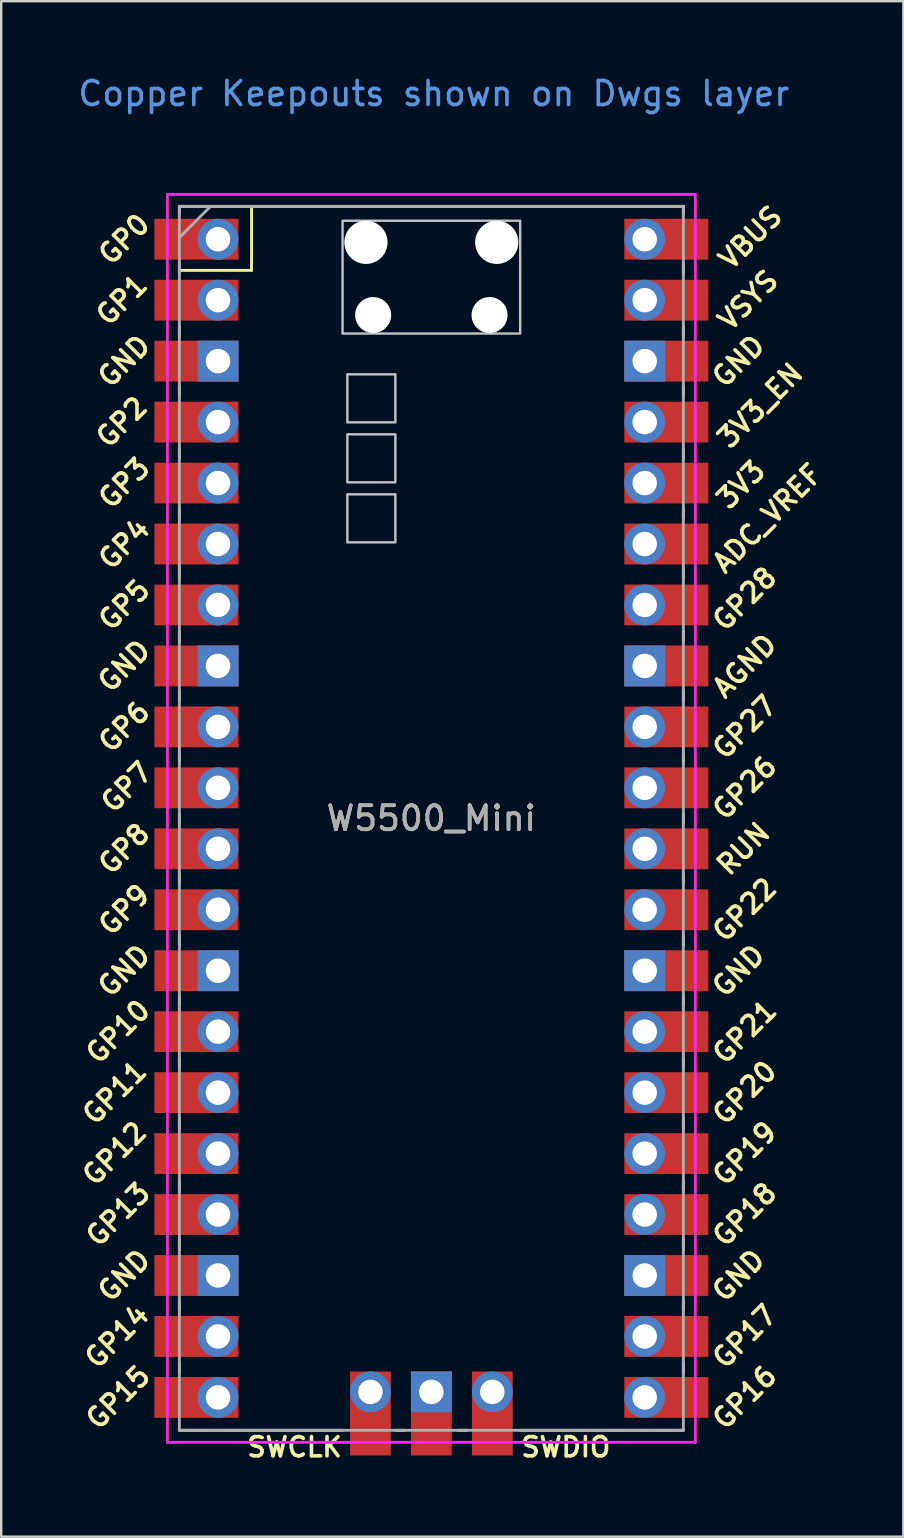
<source format=kicad_pcb>
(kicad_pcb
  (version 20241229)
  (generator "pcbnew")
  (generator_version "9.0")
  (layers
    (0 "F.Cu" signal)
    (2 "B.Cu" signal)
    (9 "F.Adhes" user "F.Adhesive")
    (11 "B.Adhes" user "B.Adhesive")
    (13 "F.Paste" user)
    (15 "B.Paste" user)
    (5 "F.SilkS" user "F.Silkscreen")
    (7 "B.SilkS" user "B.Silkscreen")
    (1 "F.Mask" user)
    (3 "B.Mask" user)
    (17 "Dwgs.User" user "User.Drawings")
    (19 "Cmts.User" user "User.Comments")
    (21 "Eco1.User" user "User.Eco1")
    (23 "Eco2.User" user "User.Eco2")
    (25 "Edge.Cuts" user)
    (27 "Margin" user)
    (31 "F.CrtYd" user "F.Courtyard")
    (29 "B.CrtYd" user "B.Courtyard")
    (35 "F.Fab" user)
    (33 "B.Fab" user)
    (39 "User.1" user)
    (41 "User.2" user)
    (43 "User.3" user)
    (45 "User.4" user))
  (footprint "W5500_Mini"
    (layer "F.Cu")
    (at 14.924 31.048)
    (property "Reference" "W5500_Mini" (at 0 0 0) (layer "F.SilkS") (effects (font (size 1 1) (thickness 0.15))))
    (attr through_hole)
    (fp_line (start -10.5 -25.5) (end -10.5 -25.2) (stroke (width 0.12) (type solid)) (layer "F.SilkS"))
    (fp_line (start -10.5 -25.5) (end 10.5 -25.5) (stroke (width 0.12) (type solid)) (layer "F.SilkS"))
    (fp_line (start -10.5 -23.1) (end -10.5 -22.7) (stroke (width 0.12) (type solid)) (layer "F.SilkS"))
    (fp_line (start -10.5 -22.833) (end -7.493 -22.833) (stroke (width 0.12) (type solid)) (layer "F.SilkS"))
    (fp_line (start -10.5 -20.5) (end -10.5 -20.1) (stroke (width 0.12) (type solid)) (layer "F.SilkS"))
    (fp_line (start -10.5 -18) (end -10.5 -17.6) (stroke (width 0.12) (type solid)) (layer "F.SilkS"))
    (fp_line (start -10.5 -15.4) (end -10.5 -15) (stroke (width 0.12) (type solid)) (layer "F.SilkS"))
    (fp_line (start -10.5 -12.9) (end -10.5 -12.5) (stroke (width 0.12) (type solid)) (layer "F.SilkS"))
    (fp_line (start -10.5 -10.4) (end -10.5 -10) (stroke (width 0.12) (type solid)) (layer "F.SilkS"))
    (fp_line (start -10.5 -7.8) (end -10.5 -7.4) (stroke (width 0.12) (type solid)) (layer "F.SilkS"))
    (fp_line (start -10.5 -5.3) (end -10.5 -4.9) (stroke (width 0.12) (type solid)) (layer "F.SilkS"))
    (fp_line (start -10.5 -2.7) (end -10.5 -2.3) (stroke (width 0.12) (type solid)) (layer "F.SilkS"))
    (fp_line (start -10.5 -0.2) (end -10.5 0.2) (stroke (width 0.12) (type solid)) (layer "F.SilkS"))
    (fp_line (start -10.5 2.3) (end -10.5 2.7) (stroke (width 0.12) (type solid)) (layer "F.SilkS"))
    (fp_line (start -10.5 4.9) (end -10.5 5.3) (stroke (width 0.12) (type solid)) (layer "F.SilkS"))
    (fp_line (start -10.5 7.4) (end -10.5 7.8) (stroke (width 0.12) (type solid)) (layer "F.SilkS"))
    (fp_line (start -10.5 10) (end -10.5 10.4) (stroke (width 0.12) (type solid)) (layer "F.SilkS"))
    (fp_line (start -10.5 12.5) (end -10.5 12.9) (stroke (width 0.12) (type solid)) (layer "F.SilkS"))
    (fp_line (start -10.5 15.1) (end -10.5 15.5) (stroke (width 0.12) (type solid)) (layer "F.SilkS"))
    (fp_line (start -10.5 17.6) (end -10.5 18) (stroke (width 0.12) (type solid)) (layer "F.SilkS"))
    (fp_line (start -10.5 20.1) (end -10.5 20.5) (stroke (width 0.12) (type solid)) (layer "F.SilkS"))
    (fp_line (start -10.5 22.7) (end -10.5 23.1) (stroke (width 0.12) (type solid)) (layer "F.SilkS"))
    (fp_line (start -7.493 -22.833) (end -7.493 -25.5) (stroke (width 0.12) (type solid)) (layer "F.SilkS"))
    (fp_line (start -3.7 25.5) (end -10.5 25.5) (stroke (width 0.12) (type solid)) (layer "F.SilkS"))
    (fp_line (start -1.5 25.5) (end -1.1 25.5) (stroke (width 0.12) (type solid)) (layer "F.SilkS"))
    (fp_line (start 1.1 25.5) (end 1.5 25.5) (stroke (width 0.12) (type solid)) (layer "F.SilkS"))
    (fp_line (start 10.5 -25.5) (end 10.5 -25.2) (stroke (width 0.12) (type solid)) (layer "F.SilkS"))
    (fp_line (start 10.5 -23.1) (end 10.5 -22.7) (stroke (width 0.12) (type solid)) (layer "F.SilkS"))
    (fp_line (start 10.5 -20.5) (end 10.5 -20.1) (stroke (width 0.12) (type solid)) (layer "F.SilkS"))
    (fp_line (start 10.5 -18) (end 10.5 -17.6) (stroke (width 0.12) (type solid)) (layer "F.SilkS"))
    (fp_line (start 10.5 -15.4) (end 10.5 -15) (stroke (width 0.12) (type solid)) (layer "F.SilkS"))
    (fp_line (start 10.5 -12.9) (end 10.5 -12.5) (stroke (width 0.12) (type solid)) (layer "F.SilkS"))
    (fp_line (start 10.5 -10.4) (end 10.5 -10) (stroke (width 0.12) (type solid)) (layer "F.SilkS"))
    (fp_line (start 10.5 -7.8) (end 10.5 -7.4) (stroke (width 0.12) (type solid)) (layer "F.SilkS"))
    (fp_line (start 10.5 -5.3) (end 10.5 -4.9) (stroke (width 0.12) (type solid)) (layer "F.SilkS"))
    (fp_line (start 10.5 -2.7) (end 10.5 -2.3) (stroke (width 0.12) (type solid)) (layer "F.SilkS"))
    (fp_line (start 10.5 -0.2) (end 10.5 0.2) (stroke (width 0.12) (type solid)) (layer "F.SilkS"))
    (fp_line (start 10.5 2.3) (end 10.5 2.7) (stroke (width 0.12) (type solid)) (layer "F.SilkS"))
    (fp_line (start 10.5 4.9) (end 10.5 5.3) (stroke (width 0.12) (type solid)) (layer "F.SilkS"))
    (fp_line (start 10.5 7.4) (end 10.5 7.8) (stroke (width 0.12) (type solid)) (layer "F.SilkS"))
    (fp_line (start 10.5 10) (end 10.5 10.4) (stroke (width 0.12) (type solid)) (layer "F.SilkS"))
    (fp_line (start 10.5 12.5) (end 10.5 12.9) (stroke (width 0.12) (type solid)) (layer "F.SilkS"))
    (fp_line (start 10.5 15.1) (end 10.5 15.5) (stroke (width 0.12) (type solid)) (layer "F.SilkS"))
    (fp_line (start 10.5 17.6) (end 10.5 18) (stroke (width 0.12) (type solid)) (layer "F.SilkS"))
    (fp_line (start 10.5 20.1) (end 10.5 20.5) (stroke (width 0.12) (type solid)) (layer "F.SilkS"))
    (fp_line (start 10.5 22.7) (end 10.5 23.1) (stroke (width 0.12) (type solid)) (layer "F.SilkS"))
    (fp_line (start 10.5 25.5) (end 3.7 25.5) (stroke (width 0.12) (type solid)) (layer "F.SilkS"))
    (fp_poly (pts (xy -1.5 -16.5) (xy -3.5 -16.5) (xy -3.5 -18.5) (xy -1.5 -18.5)) (stroke (width 0.1) (type solid)) (fill no) (layer "Dwgs.User"))
    (fp_poly (pts (xy -1.5 -14) (xy -3.5 -14) (xy -3.5 -16) (xy -1.5 -16)) (stroke (width 0.1) (type solid)) (fill no) (layer "Dwgs.User"))
    (fp_poly (pts (xy -1.5 -11.5) (xy -3.5 -11.5) (xy -3.5 -13.5) (xy -1.5 -13.5)) (stroke (width 0.1) (type solid)) (fill no) (layer "Dwgs.User"))
    (fp_poly (pts (xy 3.7 -20.2) (xy -3.7 -20.2) (xy -3.7 -24.9) (xy 3.7 -24.9)) (stroke (width 0.1) (type solid)) (fill no) (layer "Dwgs.User"))
    (fp_line (start -11 -26) (end 11 -26) (stroke (width 0.12) (type solid)) (layer "F.CrtYd"))
    (fp_line (start -11 26) (end -11 -26) (stroke (width 0.12) (type solid)) (layer "F.CrtYd"))
    (fp_line (start 11 -26) (end 11 26) (stroke (width 0.12) (type solid)) (layer "F.CrtYd"))
    (fp_line (start 11 26) (end -11 26) (stroke (width 0.12) (type solid)) (layer "F.CrtYd"))
    (fp_line (start -10.5 -25.5) (end 10.5 -25.5) (stroke (width 0.12) (type solid)) (layer "F.Fab"))
    (fp_line (start -10.5 -24.2) (end -9.2 -25.5) (stroke (width 0.12) (type solid)) (layer "F.Fab"))
    (fp_line (start -10.5 25.5) (end -10.5 -25.5) (stroke (width 0.12) (type solid)) (layer "F.Fab"))
    (fp_line (start 10.5 -25.5) (end 10.5 25.5) (stroke (width 0.12) (type solid)) (layer "F.Fab"))
    (fp_line (start 10.5 25.5) (end -10.5 25.5) (stroke (width 0.12) (type solid)) (layer "F.Fab"))
    (fp_text user "GND" (at -12.8 19.05 45) (layer "F.SilkS") (effects (font (size 0.8 0.8) (thickness 0.15))))
    (fp_text user "GP0" (at -12.8 -24.13 45) (layer "F.SilkS") (effects (font (size 0.8 0.8) (thickness 0.15))))
    (fp_text user "GND" (at -12.8 -6.35 45) (layer "F.SilkS") (effects (font (size 0.8 0.8) (thickness 0.15))))
    (fp_text user "VSYS" (at 13.2 -21.59 45) (layer "F.SilkS") (effects (font (size 0.8 0.8) (thickness 0.15))))
    (fp_text user "GP12" (at -13.2 13.97 45) (layer "F.SilkS") (effects (font (size 0.8 0.8) (thickness 0.15))))
    (fp_text user "GP18" (at 13.054 16.51 45) (layer "F.SilkS") (effects (font (size 0.8 0.8) (thickness 0.15))))
    (fp_text user "GP26" (at 13.054 -1.27 45) (layer "F.SilkS") (effects (font (size 0.8 0.8) (thickness 0.15))))
    (fp_text user "GND" (at 12.8 -19.05 45) (layer "F.SilkS") (effects (font (size 0.8 0.8) (thickness 0.15))))
    (fp_text user "GP7" (at -12.7 -1.3 45) (layer "F.SilkS") (effects (font (size 0.8 0.8) (thickness 0.15))))
    (fp_text user "VBUS" (at 13.3 -24.2 45) (layer "F.SilkS") (effects (font (size 0.8 0.8) (thickness 0.15))))
    (fp_text user "RUN" (at 13 1.27 45) (layer "F.SilkS") (effects (font (size 0.8 0.8) (thickness 0.15))))
    (fp_text user "GP8" (at -12.8 1.27 45) (layer "F.SilkS") (effects (font (size 0.8 0.8) (thickness 0.15))))
    (fp_text user "SWDIO" (at 5.6 26.2 0) (layer "F.SilkS") (effects (font (size 0.8 0.8) (thickness 0.15))))
    (fp_text user "GND" (at 12.8 19.05 45) (layer "F.SilkS") (effects (font (size 0.8 0.8) (thickness 0.15))))
    (fp_text user "GP6" (at -12.8 -3.81 45) (layer "F.SilkS") (effects (font (size 0.8 0.8) (thickness 0.15))))
    (fp_text user "3V3_EN" (at 13.7 -17.2 45) (layer "F.SilkS") (effects (font (size 0.8 0.8) (thickness 0.15))))
    (fp_text user "GND" (at 12.8 6.35 45) (layer "F.SilkS") (effects (font (size 0.8 0.8) (thickness 0.15))))
    (fp_text user "GP4" (at -12.8 -11.43 45) (layer "F.SilkS") (effects (font (size 0.8 0.8) (thickness 0.15))))
    (fp_text user "AGND" (at 13.054 -6.35 45) (layer "F.SilkS") (effects (font (size 0.8 0.8) (thickness 0.15))))
    (fp_text user "GP20" (at 13.054 11.43 45) (layer "F.SilkS") (effects (font (size 0.8 0.8) (thickness 0.15))))
    (fp_text user "GP28" (at 13.054 -9.144 45) (layer "F.SilkS") (effects (font (size 0.8 0.8) (thickness 0.15))))
    (fp_text user "GP14" (at -13.1 21.59 45) (layer "F.SilkS") (effects (font (size 0.8 0.8) (thickness 0.15))))
    (fp_text user "GP9" (at -12.8 3.81 45) (layer "F.SilkS") (effects (font (size 0.8 0.8) (thickness 0.15))))
    (fp_text user "GP19" (at 13.054 13.97 45) (layer "F.SilkS") (effects (font (size 0.8 0.8) (thickness 0.15))))
    (fp_text user "GP2" (at -12.9 -16.51 45) (layer "F.SilkS") (effects (font (size 0.8 0.8) (thickness 0.15))))
    (fp_text user "3V3" (at 12.9 -13.9 45) (layer "F.SilkS") (effects (font (size 0.8 0.8) (thickness 0.15))))
    (fp_text user "GP1" (at -12.9 -21.6 45) (layer "F.SilkS") (effects (font (size 0.8 0.8) (thickness 0.15))))
    (fp_text user "GP16" (at 13.054 24.13 45) (layer "F.SilkS") (effects (font (size 0.8 0.8) (thickness 0.15))))
    (fp_text user "GP5" (at -12.8 -8.89 45) (layer "F.SilkS") (effects (font (size 0.8 0.8) (thickness 0.15))))
    (fp_text user "GP13" (at -13.054 16.51 45) (layer "F.SilkS") (effects (font (size 0.8 0.8) (thickness 0.15))))
    (fp_text user "GND" (at -12.8 6.35 45) (layer "F.SilkS") (effects (font (size 0.8 0.8) (thickness 0.15))))
    (fp_text user "GP10" (at -13.054 8.89 45) (layer "F.SilkS") (effects (font (size 0.8 0.8) (thickness 0.15))))
    (fp_text user "ADC_VREF" (at 14 -12.5 45) (layer "F.SilkS") (effects (font (size 0.8 0.8) (thickness 0.15))))
    (fp_text user "GP15" (at -13.054 24.13 45) (layer "F.SilkS") (effects (font (size 0.8 0.8) (thickness 0.15))))
    (fp_text user "GP17" (at 13.054 21.59 45) (layer "F.SilkS") (effects (font (size 0.8 0.8) (thickness 0.15))))
    (fp_text user "SWCLK" (at -5.7 26.2 0) (layer "F.SilkS") (effects (font (size 0.8 0.8) (thickness 0.15))))
    (fp_text user "GP11" (at -13.2 11.43 45) (layer "F.SilkS") (effects (font (size 0.8 0.8) (thickness 0.15))))
    (fp_text user "GP3" (at -12.8 -13.97 45) (layer "F.SilkS") (effects (font (size 0.8 0.8) (thickness 0.15))))
    (fp_text user "GND" (at -12.8 -19.05 45) (layer "F.SilkS") (effects (font (size 0.8 0.8) (thickness 0.15))))
    (fp_text user "GP22" (at 13.054 3.81 45) (layer "F.SilkS") (effects (font (size 0.8 0.8) (thickness 0.15))))
    (fp_text user "GP21" (at 13.054 8.9 45) (layer "F.SilkS") (effects (font (size 0.8 0.8) (thickness 0.15))))
    (fp_text user "GP27" (at 13.054 -3.8 45) (layer "F.SilkS") (effects (font (size 0.8 0.8) (thickness 0.15))))
    (fp_text user "Copper Keepouts shown on Dwgs layer" (at 0.1 -30.2 0) (layer "Cmts.User") (effects (font (size 1 1) (thickness 0.15))))
    (fp_text user "${REFERENCE}" (at 0 0 180) (layer "F.Fab") (effects (font (size 1 1) (thickness 0.15))))
    (pad "" np_thru_hole oval (at -2.725 -24) (size 1.8 1.8) (drill 1.8) (layers "*.Cu" "*.Mask"))
    (pad "" np_thru_hole oval (at -2.425 -20.97) (size 1.5 1.5) (drill 1.5) (layers "*.Cu" "*.Mask"))
    (pad "" np_thru_hole oval (at 2.425 -20.97) (size 1.5 1.5) (drill 1.5) (layers "*.Cu" "*.Mask"))
    (pad "" np_thru_hole oval (at 2.725 -24) (size 1.8 1.8) (drill 1.8) (layers "*.Cu" "*.Mask"))
    (pad "1" thru_hole oval (at -8.89 -24.13) (size 1.7 1.7) (drill 1.02) (layers "*.Cu" "*.Mask"))
    (pad "1" smd rect (at -8.89 -24.13) (size 3.5 1.7) (drill (offset -0.9 0)) (layers "F.Cu" "F.Mask"))
    (pad "2" thru_hole oval (at -8.89 -21.59) (size 1.7 1.7) (drill 1.02) (layers "*.Cu" "*.Mask"))
    (pad "2" smd rect (at -8.89 -21.59) (size 3.5 1.7) (drill (offset -0.9 0)) (layers "F.Cu" "F.Mask"))
    (pad "3" thru_hole rect (at -8.89 -19.05) (size 1.7 1.7) (drill 1.02) (layers "*.Cu" "*.Mask"))
    (pad "3" smd rect (at -8.89 -19.05) (size 3.5 1.7) (drill (offset -0.9 0)) (layers "F.Cu" "F.Mask"))
    (pad "4" thru_hole oval (at -8.89 -16.51) (size 1.7 1.7) (drill 1.02) (layers "*.Cu" "*.Mask"))
    (pad "4" smd rect (at -8.89 -16.51) (size 3.5 1.7) (drill (offset -0.9 0)) (layers "F.Cu" "F.Mask"))
    (pad "5" thru_hole oval (at -8.89 -13.97) (size 1.7 1.7) (drill 1.02) (layers "*.Cu" "*.Mask"))
    (pad "5" smd rect (at -8.89 -13.97) (size 3.5 1.7) (drill (offset -0.9 0)) (layers "F.Cu" "F.Mask"))
    (pad "6" thru_hole oval (at -8.89 -11.43) (size 1.7 1.7) (drill 1.02) (layers "*.Cu" "*.Mask"))
    (pad "6" smd rect (at -8.89 -11.43) (size 3.5 1.7) (drill (offset -0.9 0)) (layers "F.Cu" "F.Mask"))
    (pad "7" thru_hole oval (at -8.89 -8.89) (size 1.7 1.7) (drill 1.02) (layers "*.Cu" "*.Mask"))
    (pad "7" smd rect (at -8.89 -8.89) (size 3.5 1.7) (drill (offset -0.9 0)) (layers "F.Cu" "F.Mask"))
    (pad "8" thru_hole rect (at -8.89 -6.35) (size 1.7 1.7) (drill 1.02) (layers "*.Cu" "*.Mask"))
    (pad "8" smd rect (at -8.89 -6.35) (size 3.5 1.7) (drill (offset -0.9 0)) (layers "F.Cu" "F.Mask"))
    (pad "9" thru_hole oval (at -8.89 -3.81) (size 1.7 1.7) (drill 1.02) (layers "*.Cu" "*.Mask"))
    (pad "9" smd rect (at -8.89 -3.81) (size 3.5 1.7) (drill (offset -0.9 0)) (layers "F.Cu" "F.Mask"))
    (pad "10" thru_hole oval (at -8.89 -1.27) (size 1.7 1.7) (drill 1.02) (layers "*.Cu" "*.Mask"))
    (pad "10" smd rect (at -8.89 -1.27) (size 3.5 1.7) (drill (offset -0.9 0)) (layers "F.Cu" "F.Mask"))
    (pad "11" thru_hole oval (at -8.89 1.27) (size 1.7 1.7) (drill 1.02) (layers "*.Cu" "*.Mask"))
    (pad "11" smd rect (at -8.89 1.27) (size 3.5 1.7) (drill (offset -0.9 0)) (layers "F.Cu" "F.Mask"))
    (pad "12" thru_hole oval (at -8.89 3.81) (size 1.7 1.7) (drill 1.02) (layers "*.Cu" "*.Mask"))
    (pad "12" smd rect (at -8.89 3.81) (size 3.5 1.7) (drill (offset -0.9 0)) (layers "F.Cu" "F.Mask"))
    (pad "13" thru_hole rect (at -8.89 6.35) (size 1.7 1.7) (drill 1.02) (layers "*.Cu" "*.Mask"))
    (pad "13" smd rect (at -8.89 6.35) (size 3.5 1.7) (drill (offset -0.9 0)) (layers "F.Cu" "F.Mask"))
    (pad "14" thru_hole oval (at -8.89 8.89) (size 1.7 1.7) (drill 1.02) (layers "*.Cu" "*.Mask"))
    (pad "14" smd rect (at -8.89 8.89) (size 3.5 1.7) (drill (offset -0.9 0)) (layers "F.Cu" "F.Mask"))
    (pad "15" thru_hole oval (at -8.89 11.43) (size 1.7 1.7) (drill 1.02) (layers "*.Cu" "*.Mask"))
    (pad "15" smd rect (at -8.89 11.43) (size 3.5 1.7) (drill (offset -0.9 0)) (layers "F.Cu" "F.Mask"))
    (pad "16" thru_hole oval (at -8.89 13.97) (size 1.7 1.7) (drill 1.02) (layers "*.Cu" "*.Mask"))
    (pad "16" smd rect (at -8.89 13.97) (size 3.5 1.7) (drill (offset -0.9 0)) (layers "F.Cu" "F.Mask"))
    (pad "17" thru_hole oval (at -8.89 16.51) (size 1.7 1.7) (drill 1.02) (layers "*.Cu" "*.Mask"))
    (pad "17" smd rect (at -8.89 16.51) (size 3.5 1.7) (drill (offset -0.9 0)) (layers "F.Cu" "F.Mask"))
    (pad "18" thru_hole rect (at -8.89 19.05) (size 1.7 1.7) (drill 1.02) (layers "*.Cu" "*.Mask"))
    (pad "18" smd rect (at -8.89 19.05) (size 3.5 1.7) (drill (offset -0.9 0)) (layers "F.Cu" "F.Mask"))
    (pad "19" thru_hole oval (at -8.89 21.59) (size 1.7 1.7) (drill 1.02) (layers "*.Cu" "*.Mask"))
    (pad "19" smd rect (at -8.89 21.59) (size 3.5 1.7) (drill (offset -0.9 0)) (layers "F.Cu" "F.Mask"))
    (pad "20" thru_hole oval (at -8.89 24.13) (size 1.7 1.7) (drill 1.02) (layers "*.Cu" "*.Mask"))
    (pad "20" smd rect (at -8.89 24.13) (size 3.5 1.7) (drill (offset -0.9 0)) (layers "F.Cu" "F.Mask"))
    (pad "21" thru_hole oval (at 8.89 24.13) (size 1.7 1.7) (drill 1.02) (layers "*.Cu" "*.Mask"))
    (pad "21" smd rect (at 8.89 24.13) (size 3.5 1.7) (drill (offset 0.9 0)) (layers "F.Cu" "F.Mask"))
    (pad "22" thru_hole oval (at 8.89 21.59) (size 1.7 1.7) (drill 1.02) (layers "*.Cu" "*.Mask"))
    (pad "22" smd rect (at 8.89 21.59) (size 3.5 1.7) (drill (offset 0.9 0)) (layers "F.Cu" "F.Mask"))
    (pad "23" thru_hole rect (at 8.89 19.05) (size 1.7 1.7) (drill 1.02) (layers "*.Cu" "*.Mask"))
    (pad "23" smd rect (at 8.89 19.05) (size 3.5 1.7) (drill (offset 0.9 0)) (layers "F.Cu" "F.Mask"))
    (pad "24" thru_hole oval (at 8.89 16.51) (size 1.7 1.7) (drill 1.02) (layers "*.Cu" "*.Mask"))
    (pad "24" smd rect (at 8.89 16.51) (size 3.5 1.7) (drill (offset 0.9 0)) (layers "F.Cu" "F.Mask"))
    (pad "25" thru_hole oval (at 8.89 13.97) (size 1.7 1.7) (drill 1.02) (layers "*.Cu" "*.Mask"))
    (pad "25" smd rect (at 8.89 13.97) (size 3.5 1.7) (drill (offset 0.9 0)) (layers "F.Cu" "F.Mask"))
    (pad "26" thru_hole oval (at 8.89 11.43) (size 1.7 1.7) (drill 1.02) (layers "*.Cu" "*.Mask"))
    (pad "26" smd rect (at 8.89 11.43) (size 3.5 1.7) (drill (offset 0.9 0)) (layers "F.Cu" "F.Mask"))
    (pad "27" thru_hole oval (at 8.89 8.89) (size 1.7 1.7) (drill 1.02) (layers "*.Cu" "*.Mask"))
    (pad "27" smd rect (at 8.89 8.89) (size 3.5 1.7) (drill (offset 0.9 0)) (layers "F.Cu" "F.Mask"))
    (pad "28" thru_hole rect (at 8.89 6.35) (size 1.7 1.7) (drill 1.02) (layers "*.Cu" "*.Mask"))
    (pad "28" smd rect (at 8.89 6.35) (size 3.5 1.7) (drill (offset 0.9 0)) (layers "F.Cu" "F.Mask"))
    (pad "29" thru_hole oval (at 8.89 3.81) (size 1.7 1.7) (drill 1.02) (layers "*.Cu" "*.Mask"))
    (pad "29" smd rect (at 8.89 3.81) (size 3.5 1.7) (drill (offset 0.9 0)) (layers "F.Cu" "F.Mask"))
    (pad "30" thru_hole oval (at 8.89 1.27) (size 1.7 1.7) (drill 1.02) (layers "*.Cu" "*.Mask"))
    (pad "30" smd rect (at 8.89 1.27) (size 3.5 1.7) (drill (offset 0.9 0)) (layers "F.Cu" "F.Mask"))
    (pad "31" thru_hole oval (at 8.89 -1.27) (size 1.7 1.7) (drill 1.02) (layers "*.Cu" "*.Mask"))
    (pad "31" smd rect (at 8.89 -1.27) (size 3.5 1.7) (drill (offset 0.9 0)) (layers "F.Cu" "F.Mask"))
    (pad "32" thru_hole oval (at 8.89 -3.81) (size 1.7 1.7) (drill 1.02) (layers "*.Cu" "*.Mask"))
    (pad "32" smd rect (at 8.89 -3.81) (size 3.5 1.7) (drill (offset 0.9 0)) (layers "F.Cu" "F.Mask"))
    (pad "33" thru_hole rect (at 8.89 -6.35) (size 1.7 1.7) (drill 1.02) (layers "*.Cu" "*.Mask"))
    (pad "33" smd rect (at 8.89 -6.35) (size 3.5 1.7) (drill (offset 0.9 0)) (layers "F.Cu" "F.Mask"))
    (pad "34" thru_hole oval (at 8.89 -8.89) (size 1.7 1.7) (drill 1.02) (layers "*.Cu" "*.Mask"))
    (pad "34" smd rect (at 8.89 -8.89) (size 3.5 1.7) (drill (offset 0.9 0)) (layers "F.Cu" "F.Mask"))
    (pad "35" thru_hole oval (at 8.89 -11.43) (size 1.7 1.7) (drill 1.02) (layers "*.Cu" "*.Mask"))
    (pad "35" smd rect (at 8.89 -11.43) (size 3.5 1.7) (drill (offset 0.9 0)) (layers "F.Cu" "F.Mask"))
    (pad "36" thru_hole oval (at 8.89 -13.97) (size 1.7 1.7) (drill 1.02) (layers "*.Cu" "*.Mask"))
    (pad "36" smd rect (at 8.89 -13.97) (size 3.5 1.7) (drill (offset 0.9 0)) (layers "F.Cu" "F.Mask"))
    (pad "37" thru_hole oval (at 8.89 -16.51) (size 1.7 1.7) (drill 1.02) (layers "*.Cu" "*.Mask"))
    (pad "37" smd rect (at 8.89 -16.51) (size 3.5 1.7) (drill (offset 0.9 0)) (layers "F.Cu" "F.Mask"))
    (pad "38" thru_hole rect (at 8.89 -19.05) (size 1.7 1.7) (drill 1.02) (layers "*.Cu" "*.Mask"))
    (pad "38" smd rect (at 8.89 -19.05) (size 3.5 1.7) (drill (offset 0.9 0)) (layers "F.Cu" "F.Mask"))
    (pad "39" thru_hole oval (at 8.89 -21.59) (size 1.7 1.7) (drill 1.02) (layers "*.Cu" "*.Mask"))
    (pad "39" smd rect (at 8.89 -21.59) (size 3.5 1.7) (drill (offset 0.9 0)) (layers "F.Cu" "F.Mask"))
    (pad "40" thru_hole oval (at 8.89 -24.13) (size 1.7 1.7) (drill 1.02) (layers "*.Cu" "*.Mask"))
    (pad "40" smd rect (at 8.89 -24.13) (size 3.5 1.7) (drill (offset 0.9 0)) (layers "F.Cu" "F.Mask"))
    (pad "41" thru_hole oval (at -2.54 23.9) (size 1.7 1.7) (drill 1.02) (layers "*.Cu" "*.Mask"))
    (pad "41" smd rect (at -2.54 23.9 90) (size 3.5 1.7) (drill (offset -0.9 0)) (layers "F.Cu" "F.Mask"))
    (pad "42" thru_hole rect (at 0 23.9) (size 1.7 1.7) (drill 1.02) (layers "*.Cu" "*.Mask"))
    (pad "42" smd rect (at 0 23.9 90) (size 3.5 1.7) (drill (offset -0.9 0)) (layers "F.Cu" "F.Mask"))
    (pad "43" thru_hole oval (at 2.54 23.9) (size 1.7 1.7) (drill 1.02) (layers "*.Cu" "*.Mask"))
    (pad "43" smd rect (at 2.54 23.9 90) (size 3.5 1.7) (drill (offset -0.9 0)) (layers "F.Cu" "F.Mask")))
  (gr_rect
    (start -3 -3)
    (end 34.591 60.98)
    (stroke (width 0.1) (type default))
    (fill no)
    (layer "Edge.Cuts")))
</source>
